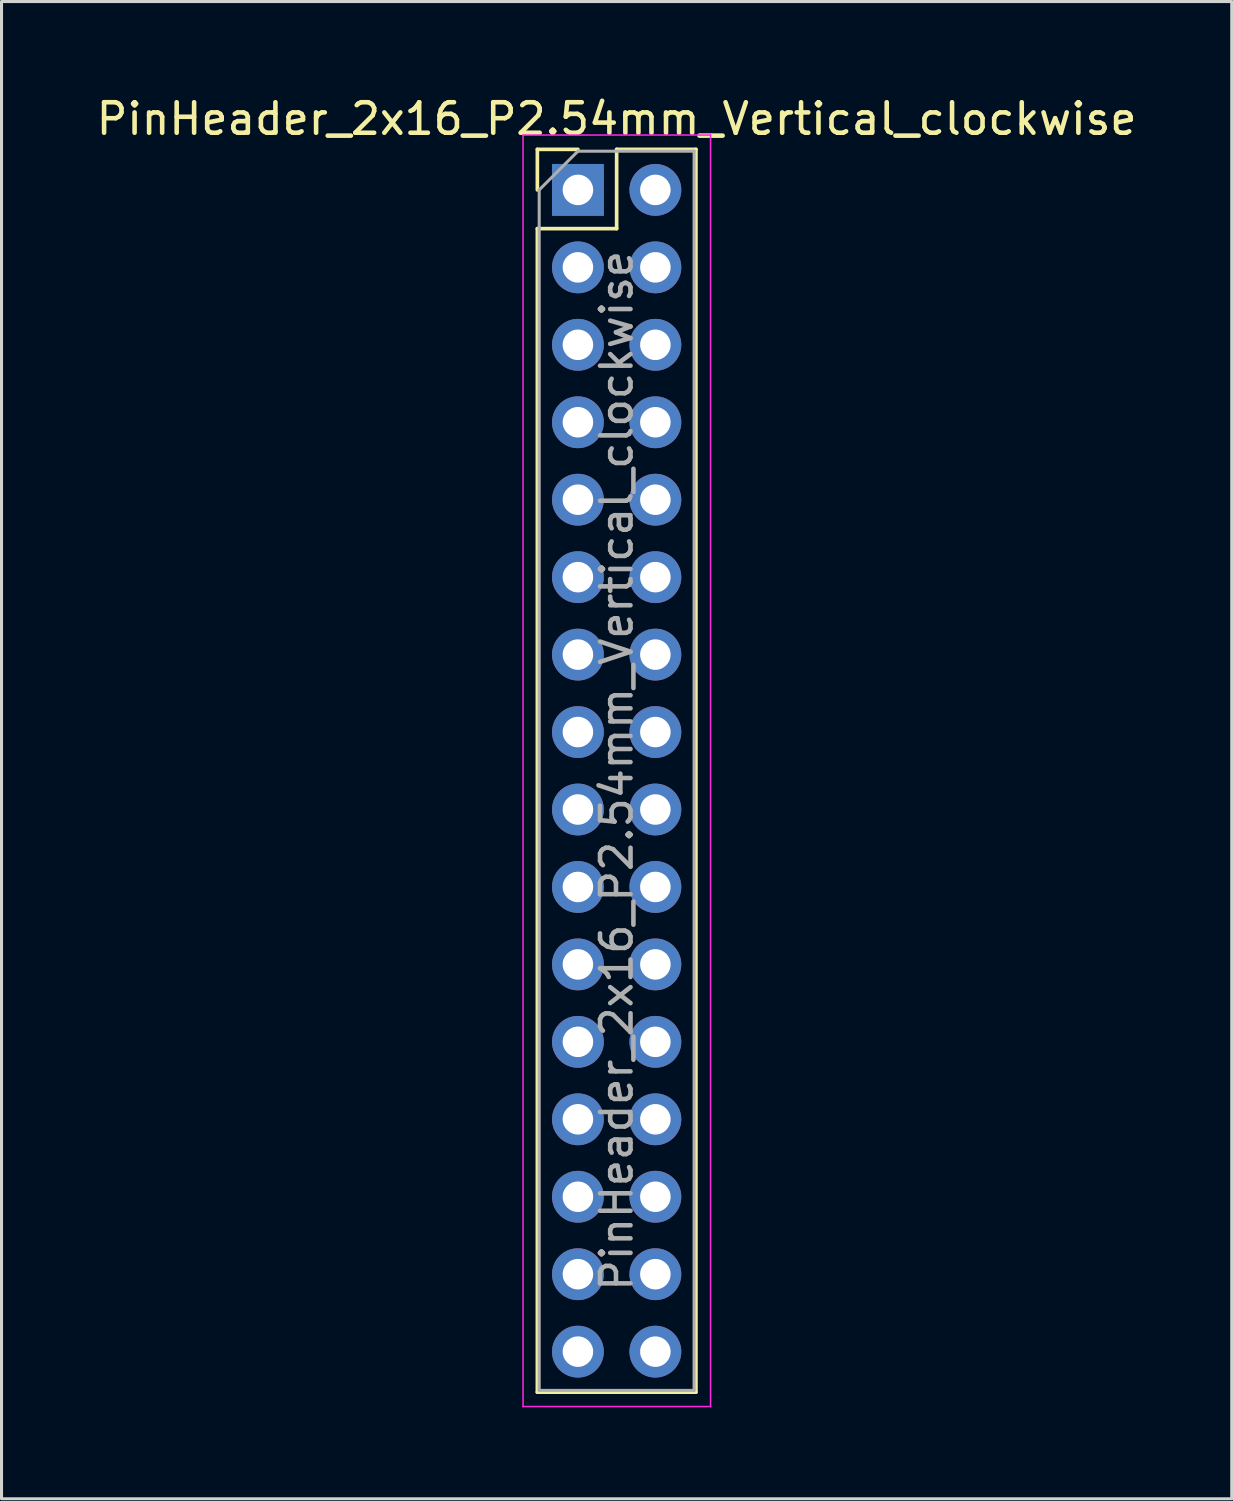
<source format=kicad_pcb>
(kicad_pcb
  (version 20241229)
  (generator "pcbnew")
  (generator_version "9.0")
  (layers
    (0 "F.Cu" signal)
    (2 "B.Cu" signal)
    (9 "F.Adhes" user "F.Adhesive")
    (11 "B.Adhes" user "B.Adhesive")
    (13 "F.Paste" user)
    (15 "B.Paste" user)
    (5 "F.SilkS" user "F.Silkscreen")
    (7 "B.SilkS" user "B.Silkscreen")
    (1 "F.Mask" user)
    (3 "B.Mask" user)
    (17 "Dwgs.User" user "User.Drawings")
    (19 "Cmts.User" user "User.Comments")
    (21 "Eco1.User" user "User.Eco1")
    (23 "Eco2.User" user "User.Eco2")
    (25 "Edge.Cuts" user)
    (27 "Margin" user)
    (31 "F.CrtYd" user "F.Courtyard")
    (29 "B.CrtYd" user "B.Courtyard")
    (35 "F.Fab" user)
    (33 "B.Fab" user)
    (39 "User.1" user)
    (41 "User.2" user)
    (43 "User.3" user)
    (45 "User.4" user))
  (footprint "PinHeader_2x16_P2.54mm_Vertical_clockwise"
    (layer "F.Cu")
    (at 15.903 3.178)
    (property "Reference" "PinHeader_2x16_P2.54mm_Vertical_clockwise" (at 1.27 -2.33 0) (layer "F.SilkS") (effects (font (size 1 1) (thickness 0.15))))
    (attr through_hole)
    (fp_line (start -1.33 -1.33) (end 0 -1.33) (stroke (width 0.12) (type solid)) (layer "F.SilkS"))
    (fp_line (start -1.33 0) (end -1.33 -1.33) (stroke (width 0.12) (type solid)) (layer "F.SilkS"))
    (fp_line (start -1.33 1.27) (end -1.33 39.43) (stroke (width 0.12) (type solid)) (layer "F.SilkS"))
    (fp_line (start -1.33 1.27) (end 1.27 1.27) (stroke (width 0.12) (type solid)) (layer "F.SilkS"))
    (fp_line (start -1.33 39.43) (end 3.87 39.43) (stroke (width 0.12) (type solid)) (layer "F.SilkS"))
    (fp_line (start 1.27 -1.33) (end 3.87 -1.33) (stroke (width 0.12) (type solid)) (layer "F.SilkS"))
    (fp_line (start 1.27 1.27) (end 1.27 -1.33) (stroke (width 0.12) (type solid)) (layer "F.SilkS"))
    (fp_line (start 3.87 -1.33) (end 3.87 39.43) (stroke (width 0.12) (type solid)) (layer "F.SilkS"))
    (fp_line (start -1.8 -1.8) (end -1.8 39.9) (stroke (width 0.05) (type solid)) (layer "F.CrtYd"))
    (fp_line (start -1.8 39.9) (end 4.35 39.9) (stroke (width 0.05) (type solid)) (layer "F.CrtYd"))
    (fp_line (start 4.35 -1.8) (end -1.8 -1.8) (stroke (width 0.05) (type solid)) (layer "F.CrtYd"))
    (fp_line (start 4.35 39.9) (end 4.35 -1.8) (stroke (width 0.05) (type solid)) (layer "F.CrtYd"))
    (fp_line (start -1.27 0) (end 0 -1.27) (stroke (width 0.1) (type solid)) (layer "F.Fab"))
    (fp_line (start -1.27 39.37) (end -1.27 0) (stroke (width 0.1) (type solid)) (layer "F.Fab"))
    (fp_line (start 0 -1.27) (end 3.81 -1.27) (stroke (width 0.1) (type solid)) (layer "F.Fab"))
    (fp_line (start 3.81 -1.27) (end 3.81 39.37) (stroke (width 0.1) (type solid)) (layer "F.Fab"))
    (fp_line (start 3.81 39.37) (end -1.27 39.37) (stroke (width 0.1) (type solid)) (layer "F.Fab"))
    (fp_text user "${REFERENCE}" (at 1.27 19.05 90) (layer "F.Fab") (effects (font (size 1 1) (thickness 0.15))))
    (pad "1" thru_hole rect (at 0 0) (size 1.7 1.7) (drill 1) (layers "*.Cu" "*.Mask"))
    (pad "2" thru_hole oval (at 0 2.54) (size 1.7 1.7) (drill 1) (layers "*.Cu" "*.Mask"))
    (pad "3" thru_hole oval (at 0 5.08) (size 1.7 1.7) (drill 1) (layers "*.Cu" "*.Mask"))
    (pad "4" thru_hole oval (at 0 7.62) (size 1.7 1.7) (drill 1) (layers "*.Cu" "*.Mask"))
    (pad "5" thru_hole oval (at 0 10.16) (size 1.7 1.7) (drill 1) (layers "*.Cu" "*.Mask"))
    (pad "6" thru_hole oval (at 0 12.7) (size 1.7 1.7) (drill 1) (layers "*.Cu" "*.Mask"))
    (pad "7" thru_hole oval (at 0 15.24) (size 1.7 1.7) (drill 1) (layers "*.Cu" "*.Mask"))
    (pad "8" thru_hole oval (at 0 17.78) (size 1.7 1.7) (drill 1) (layers "*.Cu" "*.Mask"))
    (pad "9" thru_hole oval (at 0 20.32) (size 1.7 1.7) (drill 1) (layers "*.Cu" "*.Mask"))
    (pad "10" thru_hole oval (at 0 22.86) (size 1.7 1.7) (drill 1) (layers "*.Cu" "*.Mask"))
    (pad "11" thru_hole oval (at 0 25.4) (size 1.7 1.7) (drill 1) (layers "*.Cu" "*.Mask"))
    (pad "12" thru_hole oval (at 0 27.94) (size 1.7 1.7) (drill 1) (layers "*.Cu" "*.Mask"))
    (pad "13" thru_hole oval (at 0 30.48) (size 1.7 1.7) (drill 1) (layers "*.Cu" "*.Mask"))
    (pad "14" thru_hole oval (at 0 33.02) (size 1.7 1.7) (drill 1) (layers "*.Cu" "*.Mask"))
    (pad "15" thru_hole oval (at 0 35.56) (size 1.7 1.7) (drill 1) (layers "*.Cu" "*.Mask"))
    (pad "16" thru_hole oval (at 0 38.1) (size 1.7 1.7) (drill 1) (layers "*.Cu" "*.Mask"))
    (pad "17" thru_hole oval (at 2.54 38.1) (size 1.7 1.7) (drill 1) (layers "*.Cu" "*.Mask"))
    (pad "18" thru_hole oval (at 2.54 35.56) (size 1.7 1.7) (drill 1) (layers "*.Cu" "*.Mask"))
    (pad "19" thru_hole oval (at 2.54 33.02) (size 1.7 1.7) (drill 1) (layers "*.Cu" "*.Mask"))
    (pad "20" thru_hole oval (at 2.54 30.48) (size 1.7 1.7) (drill 1) (layers "*.Cu" "*.Mask"))
    (pad "21" thru_hole oval (at 2.54 27.94) (size 1.7 1.7) (drill 1) (layers "*.Cu" "*.Mask"))
    (pad "22" thru_hole oval (at 2.54 25.4) (size 1.7 1.7) (drill 1) (layers "*.Cu" "*.Mask"))
    (pad "23" thru_hole oval (at 2.54 22.86) (size 1.7 1.7) (drill 1) (layers "*.Cu" "*.Mask"))
    (pad "24" thru_hole oval (at 2.54 20.32) (size 1.7 1.7) (drill 1) (layers "*.Cu" "*.Mask"))
    (pad "25" thru_hole oval (at 2.54 17.78) (size 1.7 1.7) (drill 1) (layers "*.Cu" "*.Mask"))
    (pad "26" thru_hole oval (at 2.54 15.24) (size 1.7 1.7) (drill 1) (layers "*.Cu" "*.Mask"))
    (pad "27" thru_hole oval (at 2.54 12.7) (size 1.7 1.7) (drill 1) (layers "*.Cu" "*.Mask"))
    (pad "28" thru_hole oval (at 2.54 10.16) (size 1.7 1.7) (drill 1) (layers "*.Cu" "*.Mask"))
    (pad "29" thru_hole oval (at 2.54 7.62) (size 1.7 1.7) (drill 1) (layers "*.Cu" "*.Mask"))
    (pad "30" thru_hole oval (at 2.54 5.08) (size 1.7 1.7) (drill 1) (layers "*.Cu" "*.Mask"))
    (pad "31" thru_hole oval (at 2.54 2.54) (size 1.7 1.7) (drill 1) (layers "*.Cu" "*.Mask"))
    (pad "32" thru_hole oval (at 2.54 0) (size 1.7 1.7) (drill 1) (layers "*.Cu" "*.Mask")))
  (gr_rect
    (start -3 -3)
    (end 37.345 46.103)
    (stroke (width 0.1) (type default))
    (fill no)
    (layer "Edge.Cuts")))
</source>
